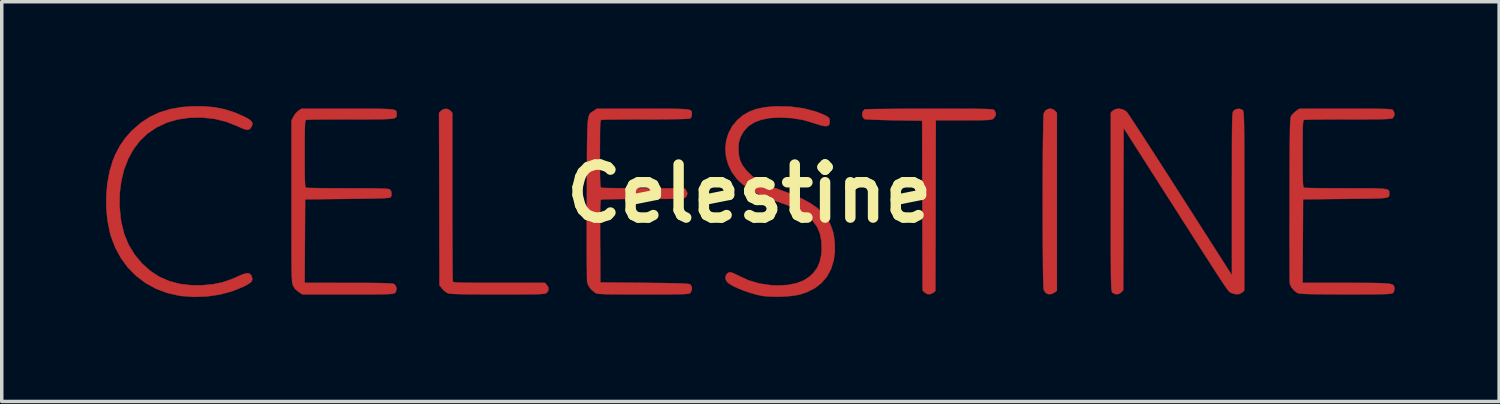
<source format=kicad_pcb>
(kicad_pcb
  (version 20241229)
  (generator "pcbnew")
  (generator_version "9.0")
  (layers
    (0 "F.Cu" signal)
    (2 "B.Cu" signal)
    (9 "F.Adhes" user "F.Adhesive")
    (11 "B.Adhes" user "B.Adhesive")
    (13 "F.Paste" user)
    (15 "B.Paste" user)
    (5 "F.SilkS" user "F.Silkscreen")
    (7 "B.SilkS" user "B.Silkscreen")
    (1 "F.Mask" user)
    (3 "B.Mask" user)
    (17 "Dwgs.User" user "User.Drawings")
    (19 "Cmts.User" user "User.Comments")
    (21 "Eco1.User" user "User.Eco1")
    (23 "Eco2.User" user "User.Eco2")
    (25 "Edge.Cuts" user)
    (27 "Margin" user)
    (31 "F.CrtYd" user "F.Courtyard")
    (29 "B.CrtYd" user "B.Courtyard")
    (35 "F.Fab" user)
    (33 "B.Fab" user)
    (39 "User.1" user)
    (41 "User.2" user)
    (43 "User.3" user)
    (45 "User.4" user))
  (footprint "Celestine"
    (layer "F.Cu")
    (at 18.482 2.513)
    (property "Reference" "Celestine" (at 0 0 0) (layer "F.SilkS") (effects (font (size 1.524 1.524) (thickness 0.3))))
    (attr through_hole)
    (fp_poly (pts (xy 8.756 -2.404) (xy 8.784 -2.38) (xy 8.839 -2.321) (xy 8.839 2.79) (xy 8.772 2.843) (xy 8.685 2.886) (xy 8.595 2.89) (xy 8.529 2.861) (xy 8.488 2.813) (xy 8.459 2.759) (xy 8.455 2.721) (xy 8.45 2.637) (xy 8.447 2.511) (xy 8.443 2.347) (xy 8.44 2.149) (xy 8.438 1.922) (xy 8.436 1.67) (xy 8.434 1.397) (xy 8.433 1.107) (xy 8.432 0.806) (xy 8.432 0.496) (xy 8.431 0.182) (xy 8.432 -0.131) (xy 8.433 -0.439) (xy 8.434 -0.738) (xy 8.435 -1.023) (xy 8.437 -1.291) (xy 8.44 -1.537) (xy 8.443 -1.756) (xy 8.446 -1.945) (xy 8.449 -2.099) (xy 8.453 -2.214) (xy 8.458 -2.286) (xy 8.461 -2.308) (xy 8.511 -2.388) (xy 8.587 -2.432) (xy 8.673 -2.439) (xy 8.756 -2.404)) (stroke (width 0.01) (type solid)) (fill yes) (layer "F.Cu"))
    (fp_poly (pts (xy 5.823 -2.438) (xy 6.081 -2.437) (xy 6.3 -2.437) (xy 6.481 -2.436) (xy 6.629 -2.434) (xy 6.748 -2.432) (xy 6.841 -2.429) (xy 6.911 -2.425) (xy 6.962 -2.42) (xy 6.997 -2.415) (xy 7.02 -2.408) (xy 7.035 -2.401) (xy 7.045 -2.392) (xy 7.083 -2.316) (xy 7.076 -2.236) (xy 7.025 -2.165) (xy 7.02 -2.161) (xy 6.999 -2.146) (xy 6.975 -2.134) (xy 6.942 -2.125) (xy 6.894 -2.119) (xy 6.826 -2.114) (xy 6.731 -2.111) (xy 6.604 -2.109) (xy 6.44 -2.108) (xy 6.233 -2.108) (xy 6.157 -2.108) (xy 5.36 -2.108) (xy 5.354 0.345) (xy 5.347 2.798) (xy 5.287 2.847) (xy 5.201 2.889) (xy 5.112 2.886) (xy 5.035 2.838) (xy 5.034 2.837) (xy 4.979 2.778) (xy 4.972 0.341) (xy 4.966 -2.095) (xy 4.153 -2.108) (xy 3.954 -2.112) (xy 3.77 -2.117) (xy 3.608 -2.122) (xy 3.475 -2.128) (xy 3.376 -2.134) (xy 3.319 -2.139) (xy 3.307 -2.142) (xy 3.259 -2.2) (xy 3.243 -2.278) (xy 3.26 -2.356) (xy 3.31 -2.417) (xy 3.312 -2.419) (xy 3.342 -2.422) (xy 3.418 -2.425) (xy 3.536 -2.428) (xy 3.694 -2.43) (xy 3.885 -2.432) (xy 4.108 -2.434) (xy 4.356 -2.436) (xy 4.626 -2.437) (xy 4.915 -2.438) (xy 5.171 -2.438) (xy 5.521 -2.438) (xy 5.823 -2.438)) (stroke (width 0.01) (type solid)) (fill yes) (layer "F.Cu"))
    (fp_poly (pts (xy -8.612 -2.4) (xy -8.59 -2.38) (xy -8.534 -2.321) (xy -8.534 0.082) (xy -8.534 0.428) (xy -8.534 0.759) (xy -8.533 1.073) (xy -8.532 1.366) (xy -8.531 1.634) (xy -8.529 1.874) (xy -8.528 2.081) (xy -8.526 2.254) (xy -8.524 2.387) (xy -8.522 2.477) (xy -8.52 2.522) (xy -8.519 2.525) (xy -8.511 2.534) (xy -8.494 2.542) (xy -8.462 2.548) (xy -8.411 2.553) (xy -8.338 2.557) (xy -8.239 2.56) (xy -8.109 2.562) (xy -7.945 2.564) (xy -7.742 2.565) (xy -7.497 2.565) (xy -7.205 2.565) (xy -7.19 2.565) (xy -5.876 2.565) (xy -5.821 2.624) (xy -5.773 2.703) (xy -5.775 2.782) (xy -5.817 2.845) (xy -5.829 2.856) (xy -5.845 2.865) (xy -5.869 2.873) (xy -5.904 2.879) (xy -5.956 2.884) (xy -6.028 2.888) (xy -6.124 2.891) (xy -6.248 2.893) (xy -6.406 2.894) (xy -6.6 2.895) (xy -6.834 2.895) (xy -7.114 2.895) (xy -7.233 2.895) (xy -7.535 2.895) (xy -7.79 2.894) (xy -8.003 2.893) (xy -8.177 2.892) (xy -8.318 2.889) (xy -8.428 2.886) (xy -8.513 2.882) (xy -8.577 2.877) (xy -8.623 2.871) (xy -8.656 2.863) (xy -8.68 2.854) (xy -8.682 2.853) (xy -8.753 2.805) (xy -8.822 2.738) (xy -8.835 2.722) (xy -8.903 2.633) (xy -8.909 0.156) (xy -8.916 -2.32) (xy -8.861 -2.379) (xy -8.783 -2.429) (xy -8.695 -2.436) (xy -8.612 -2.4)) (stroke (width 0.01) (type solid)) (fill yes) (layer "F.Cu"))
    (fp_poly (pts (xy -15.668 -2.507) (xy -15.355 -2.479) (xy -15.063 -2.419) (xy -14.779 -2.327) (xy -14.536 -2.221) (xy -14.41 -2.156) (xy -14.329 -2.1) (xy -14.286 -2.048) (xy -14.278 -1.994) (xy -14.299 -1.932) (xy -14.302 -1.926) (xy -14.339 -1.869) (xy -14.381 -1.838) (xy -14.437 -1.833) (xy -14.516 -1.853) (xy -14.626 -1.899) (xy -14.689 -1.929) (xy -15.024 -2.063) (xy -15.373 -2.149) (xy -15.738 -2.187) (xy -16.098 -2.179) (xy -16.431 -2.13) (xy -16.743 -2.037) (xy -17.03 -1.902) (xy -17.29 -1.728) (xy -17.299 -1.72) (xy -17.514 -1.514) (xy -17.698 -1.271) (xy -17.849 -0.996) (xy -17.965 -0.693) (xy -18.046 -0.367) (xy -18.091 -0.022) (xy -18.097 0.338) (xy -18.064 0.708) (xy -18.044 0.833) (xy -17.961 1.166) (xy -17.835 1.472) (xy -17.664 1.752) (xy -17.45 2.009) (xy -17.437 2.022) (xy -17.202 2.229) (xy -16.946 2.394) (xy -16.668 2.515) (xy -16.366 2.595) (xy -16.036 2.634) (xy -15.71 2.634) (xy -15.411 2.606) (xy -15.139 2.549) (xy -14.876 2.459) (xy -14.735 2.398) (xy -14.589 2.333) (xy -14.479 2.297) (xy -14.4 2.289) (xy -14.345 2.309) (xy -14.308 2.358) (xy -14.287 2.421) (xy -14.282 2.476) (xy -14.303 2.525) (xy -14.357 2.574) (xy -14.448 2.629) (xy -14.537 2.675) (xy -14.863 2.807) (xy -15.215 2.901) (xy -15.583 2.955) (xy -15.957 2.969) (xy -16.328 2.941) (xy -16.387 2.933) (xy -16.732 2.854) (xy -17.054 2.732) (xy -17.351 2.568) (xy -17.618 2.366) (xy -17.855 2.127) (xy -18.056 1.855) (xy -18.221 1.551) (xy -18.346 1.22) (xy -18.377 1.106) (xy -18.444 0.767) (xy -18.477 0.413) (xy -18.477 0.054) (xy -18.446 -0.299) (xy -18.383 -0.637) (xy -18.29 -0.949) (xy -18.214 -1.132) (xy -18.082 -1.381) (xy -17.933 -1.597) (xy -17.754 -1.798) (xy -17.737 -1.815) (xy -17.491 -2.029) (xy -17.229 -2.202) (xy -16.947 -2.334) (xy -16.639 -2.428) (xy -16.3 -2.486) (xy -16.012 -2.508) (xy -15.668 -2.507)) (stroke (width 0.01) (type solid)) (fill yes) (layer "F.Cu"))
    (fp_poly (pts (xy 10.734 -2.417) (xy 10.825 -2.365) (xy 10.846 -2.347) (xy 10.869 -2.316) (xy 10.917 -2.245) (xy 10.989 -2.137) (xy 11.083 -1.994) (xy 11.197 -1.821) (xy 11.328 -1.619) (xy 11.476 -1.391) (xy 11.637 -1.141) (xy 11.811 -0.871) (xy 11.996 -0.584) (xy 12.189 -0.282) (xy 12.389 0.03) (xy 12.393 0.036) (xy 13.868 2.345) (xy 13.868 0.009) (xy 13.868 -0.388) (xy 13.869 -0.738) (xy 13.869 -1.042) (xy 13.869 -1.306) (xy 13.87 -1.531) (xy 13.871 -1.721) (xy 13.873 -1.879) (xy 13.875 -2.009) (xy 13.877 -2.112) (xy 13.88 -2.193) (xy 13.884 -2.254) (xy 13.889 -2.299) (xy 13.894 -2.331) (xy 13.9 -2.353) (xy 13.908 -2.367) (xy 13.916 -2.378) (xy 13.92 -2.383) (xy 13.989 -2.426) (xy 14.073 -2.438) (xy 14.151 -2.417) (xy 14.182 -2.392) (xy 14.189 -2.381) (xy 14.195 -2.364) (xy 14.2 -2.336) (xy 14.205 -2.295) (xy 14.209 -2.238) (xy 14.212 -2.163) (xy 14.215 -2.066) (xy 14.218 -1.943) (xy 14.219 -1.794) (xy 14.221 -1.613) (xy 14.222 -1.399) (xy 14.223 -1.149) (xy 14.223 -0.859) (xy 14.224 -0.527) (xy 14.224 -0.15) (xy 14.224 0.22) (xy 14.224 2.785) (xy 14.165 2.84) (xy 14.081 2.886) (xy 13.975 2.892) (xy 13.858 2.857) (xy 13.853 2.854) (xy 13.839 2.848) (xy 13.826 2.843) (xy 13.814 2.837) (xy 13.8 2.826) (xy 13.784 2.81) (xy 13.763 2.786) (xy 13.736 2.751) (xy 13.702 2.703) (xy 13.658 2.641) (xy 13.605 2.561) (xy 13.539 2.462) (xy 13.46 2.341) (xy 13.366 2.195) (xy 13.255 2.024) (xy 13.127 1.823) (xy 12.978 1.592) (xy 12.809 1.328) (xy 12.618 1.028) (xy 12.402 0.691) (xy 12.161 0.313) (xy 12.101 0.22) (xy 10.757 -1.884) (xy 10.744 2.778) (xy 10.689 2.837) (xy 10.613 2.885) (xy 10.528 2.891) (xy 10.45 2.855) (xy 10.439 2.845) (xy 10.431 2.836) (xy 10.424 2.824) (xy 10.417 2.807) (xy 10.412 2.781) (xy 10.407 2.743) (xy 10.403 2.691) (xy 10.399 2.621) (xy 10.397 2.531) (xy 10.394 2.417) (xy 10.392 2.276) (xy 10.391 2.107) (xy 10.39 1.904) (xy 10.389 1.667) (xy 10.389 1.391) (xy 10.389 1.073) (xy 10.389 0.711) (xy 10.389 0.302) (xy 10.389 -2.328) (xy 10.451 -2.387) (xy 10.53 -2.429) (xy 10.63 -2.439) (xy 10.734 -2.417)) (stroke (width 0.01) (type solid)) (fill yes) (layer "F.Cu"))
    (fp_poly (pts (xy 1.171 -2.501) (xy 1.55 -2.451) (xy 1.905 -2.358) (xy 2.127 -2.272) (xy 2.22 -2.227) (xy 2.276 -2.189) (xy 2.302 -2.145) (xy 2.311 -2.086) (xy 2.311 -2.067) (xy 2.303 -1.999) (xy 2.275 -1.956) (xy 2.223 -1.938) (xy 2.14 -1.943) (xy 2.022 -1.971) (xy 1.865 -2.022) (xy 1.845 -2.029) (xy 1.547 -2.116) (xy 1.239 -2.168) (xy 0.907 -2.186) (xy 0.876 -2.186) (xy 0.592 -2.171) (xy 0.348 -2.124) (xy 0.142 -2.046) (xy -0.027 -1.936) (xy -0.158 -1.794) (xy -0.24 -1.65) (xy -0.278 -1.554) (xy -0.3 -1.467) (xy -0.309 -1.365) (xy -0.31 -1.287) (xy -0.299 -1.103) (xy -0.263 -0.949) (xy -0.195 -0.811) (xy -0.091 -0.675) (xy -0.015 -0.596) (xy 0.09 -0.499) (xy 0.199 -0.415) (xy 0.321 -0.34) (xy 0.464 -0.268) (xy 0.637 -0.196) (xy 0.849 -0.119) (xy 0.904 -0.099) (xy 1.235 0.023) (xy 1.517 0.147) (xy 1.756 0.277) (xy 1.954 0.414) (xy 2.114 0.561) (xy 2.24 0.722) (xy 2.336 0.899) (xy 2.404 1.095) (xy 2.426 1.185) (xy 2.457 1.421) (xy 2.458 1.671) (xy 2.427 1.91) (xy 2.425 1.918) (xy 2.35 2.164) (xy 2.234 2.38) (xy 2.079 2.564) (xy 1.887 2.715) (xy 1.656 2.832) (xy 1.456 2.899) (xy 1.307 2.928) (xy 1.124 2.949) (xy 0.923 2.961) (xy 0.719 2.963) (xy 0.527 2.956) (xy 0.365 2.938) (xy 0.351 2.935) (xy 0.194 2.901) (xy 0.027 2.853) (xy -0.142 2.796) (xy -0.302 2.732) (xy -0.443 2.667) (xy -0.556 2.604) (xy -0.631 2.547) (xy -0.641 2.536) (xy -0.68 2.46) (xy -0.683 2.381) (xy -0.653 2.313) (xy -0.595 2.269) (xy -0.547 2.261) (xy -0.495 2.273) (xy -0.417 2.305) (xy -0.337 2.346) (xy -0.032 2.489) (xy 0.291 2.585) (xy 0.634 2.634) (xy 0.831 2.641) (xy 1.113 2.625) (xy 1.358 2.575) (xy 1.568 2.492) (xy 1.745 2.374) (xy 1.842 2.28) (xy 1.951 2.13) (xy 2.025 1.959) (xy 2.067 1.758) (xy 2.077 1.644) (xy 2.074 1.386) (xy 2.033 1.16) (xy 1.952 0.963) (xy 1.829 0.789) (xy 1.664 0.635) (xy 1.576 0.572) (xy 1.49 0.517) (xy 1.407 0.469) (xy 1.32 0.425) (xy 1.218 0.381) (xy 1.093 0.332) (xy 0.935 0.275) (xy 0.787 0.223) (xy 0.491 0.113) (xy 0.239 0.002) (xy 0.027 -0.113) (xy -0.151 -0.235) (xy -0.302 -0.367) (xy -0.359 -0.426) (xy -0.505 -0.623) (xy -0.608 -0.837) (xy -0.669 -1.062) (xy -0.688 -1.291) (xy -0.665 -1.517) (xy -0.599 -1.735) (xy -0.491 -1.937) (xy -0.341 -2.117) (xy -0.182 -2.25) (xy -0.006 -2.353) (xy 0.193 -2.428) (xy 0.424 -2.478) (xy 0.692 -2.505) (xy 0.769 -2.508) (xy 1.171 -2.501)) (stroke (width 0.01) (type solid)) (fill yes) (layer "F.Cu"))
    (fp_poly (pts (xy -10.983 -2.438) (xy -10.77 -2.437) (xy -10.596 -2.435) (xy -10.457 -2.432) (xy -10.349 -2.426) (xy -10.268 -2.419) (xy -10.211 -2.408) (xy -10.172 -2.394) (xy -10.15 -2.377) (xy -10.138 -2.355) (xy -10.135 -2.329) (xy -10.135 -2.298) (xy -10.135 -2.286) (xy -10.135 -2.252) (xy -10.137 -2.224) (xy -10.146 -2.2) (xy -10.166 -2.181) (xy -10.2 -2.166) (xy -10.253 -2.155) (xy -10.329 -2.146) (xy -10.432 -2.141) (xy -10.566 -2.137) (xy -10.735 -2.135) (xy -10.943 -2.134) (xy -11.194 -2.134) (xy -11.455 -2.134) (xy -11.702 -2.133) (xy -11.935 -2.132) (xy -12.148 -2.131) (xy -12.335 -2.129) (xy -12.493 -2.127) (xy -12.616 -2.124) (xy -12.698 -2.122) (xy -12.735 -2.118) (xy -12.736 -2.118) (xy -12.746 -2.11) (xy -12.755 -2.09) (xy -12.762 -2.054) (xy -12.767 -1.998) (xy -12.771 -1.916) (xy -12.773 -1.803) (xy -12.775 -1.656) (xy -12.776 -1.47) (xy -12.776 -1.238) (xy -12.776 -1.143) (xy -12.776 -0.895) (xy -12.775 -0.692) (xy -12.774 -0.531) (xy -12.772 -0.407) (xy -12.768 -0.315) (xy -12.764 -0.25) (xy -12.757 -0.207) (xy -12.75 -0.182) (xy -12.74 -0.17) (xy -12.736 -0.168) (xy -12.703 -0.165) (xy -12.625 -0.162) (xy -12.506 -0.159) (xy -12.352 -0.157) (xy -12.168 -0.155) (xy -11.96 -0.153) (xy -11.733 -0.153) (xy -11.534 -0.152) (xy -11.251 -0.152) (xy -11.014 -0.151) (xy -10.82 -0.15) (xy -10.665 -0.147) (xy -10.544 -0.144) (xy -10.454 -0.14) (xy -10.391 -0.134) (xy -10.35 -0.127) (xy -10.328 -0.119) (xy -10.326 -0.118) (xy -10.291 -0.066) (xy -10.279 0.008) (xy -10.29 0.079) (xy -10.309 0.109) (xy -10.331 0.117) (xy -10.381 0.123) (xy -10.462 0.13) (xy -10.578 0.135) (xy -10.732 0.14) (xy -10.926 0.144) (xy -11.163 0.148) (xy -11.448 0.151) (xy -11.552 0.152) (xy -12.764 0.165) (xy -12.777 2.565) (xy -11.525 2.566) (xy -11.222 2.566) (xy -10.965 2.567) (xy -10.752 2.569) (xy -10.58 2.572) (xy -10.445 2.575) (xy -10.344 2.58) (xy -10.273 2.586) (xy -10.228 2.592) (xy -10.211 2.598) (xy -10.159 2.649) (xy -10.137 2.724) (xy -10.148 2.802) (xy -10.175 2.847) (xy -10.186 2.858) (xy -10.203 2.867) (xy -10.228 2.874) (xy -10.267 2.881) (xy -10.323 2.885) (xy -10.4 2.889) (xy -10.504 2.892) (xy -10.637 2.893) (xy -10.805 2.895) (xy -11.012 2.895) (xy -11.261 2.895) (xy -11.529 2.895) (xy -12.84 2.895) (xy -12.945 2.832) (xy -13.053 2.739) (xy -13.104 2.659) (xy -13.113 2.639) (xy -13.121 2.619) (xy -13.128 2.594) (xy -13.134 2.561) (xy -13.139 2.517) (xy -13.143 2.459) (xy -13.147 2.384) (xy -13.15 2.289) (xy -13.152 2.169) (xy -13.154 2.023) (xy -13.155 1.846) (xy -13.156 1.636) (xy -13.157 1.39) (xy -13.157 1.104) (xy -13.157 0.774) (xy -13.157 0.399) (xy -13.157 0.226) (xy -13.157 -2.097) (xy -13.1 -2.211) (xy -13.047 -2.292) (xy -12.981 -2.362) (xy -12.957 -2.381) (xy -12.87 -2.438) (xy -11.542 -2.438) (xy -11.239 -2.438) (xy -10.983 -2.438)) (stroke (width 0.01) (type solid)) (fill yes) (layer "F.Cu"))
    (fp_poly (pts (xy 17.426 -2.438) (xy 17.674 -2.438) (xy 17.878 -2.437) (xy 18.045 -2.436) (xy 18.178 -2.434) (xy 18.28 -2.431) (xy 18.357 -2.428) (xy 18.413 -2.423) (xy 18.451 -2.417) (xy 18.475 -2.409) (xy 18.491 -2.4) (xy 18.5 -2.392) (xy 18.536 -2.32) (xy 18.534 -2.24) (xy 18.496 -2.176) (xy 18.481 -2.166) (xy 18.458 -2.158) (xy 18.422 -2.151) (xy 18.368 -2.146) (xy 18.294 -2.142) (xy 18.193 -2.139) (xy 18.062 -2.136) (xy 17.897 -2.135) (xy 17.692 -2.134) (xy 17.445 -2.134) (xy 17.215 -2.134) (xy 16.968 -2.133) (xy 16.736 -2.132) (xy 16.524 -2.131) (xy 16.338 -2.129) (xy 16.181 -2.127) (xy 16.059 -2.124) (xy 15.977 -2.121) (xy 15.941 -2.118) (xy 15.941 -2.118) (xy 15.93 -2.11) (xy 15.922 -2.09) (xy 15.915 -2.054) (xy 15.91 -1.998) (xy 15.906 -1.916) (xy 15.903 -1.803) (xy 15.902 -1.656) (xy 15.901 -1.47) (xy 15.9 -1.238) (xy 15.9 -1.143) (xy 15.901 -0.895) (xy 15.901 -0.692) (xy 15.903 -0.531) (xy 15.905 -0.407) (xy 15.908 -0.315) (xy 15.913 -0.25) (xy 15.919 -0.207) (xy 15.927 -0.182) (xy 15.937 -0.17) (xy 15.941 -0.168) (xy 15.974 -0.165) (xy 16.052 -0.162) (xy 16.171 -0.159) (xy 16.325 -0.157) (xy 16.508 -0.155) (xy 16.717 -0.153) (xy 16.944 -0.153) (xy 17.145 -0.152) (xy 17.429 -0.152) (xy 17.665 -0.152) (xy 17.86 -0.151) (xy 18.016 -0.148) (xy 18.138 -0.144) (xy 18.23 -0.137) (xy 18.296 -0.127) (xy 18.341 -0.114) (xy 18.369 -0.098) (xy 18.383 -0.076) (xy 18.389 -0.05) (xy 18.389 -0.019) (xy 18.389 -0.005) (xy 18.389 0.028) (xy 18.388 0.055) (xy 18.38 0.078) (xy 18.362 0.096) (xy 18.33 0.11) (xy 18.279 0.122) (xy 18.205 0.13) (xy 18.105 0.136) (xy 17.974 0.141) (xy 17.807 0.145) (xy 17.601 0.147) (xy 17.352 0.15) (xy 17.127 0.152) (xy 15.913 0.165) (xy 15.9 2.565) (xy 17.13 2.565) (xy 17.427 2.566) (xy 17.678 2.566) (xy 17.886 2.568) (xy 18.055 2.571) (xy 18.191 2.575) (xy 18.296 2.581) (xy 18.376 2.589) (xy 18.433 2.599) (xy 18.474 2.611) (xy 18.5 2.626) (xy 18.518 2.643) (xy 18.522 2.65) (xy 18.541 2.719) (xy 18.53 2.798) (xy 18.496 2.854) (xy 18.481 2.863) (xy 18.459 2.871) (xy 18.424 2.877) (xy 18.372 2.883) (xy 18.299 2.887) (xy 18.201 2.89) (xy 18.073 2.892) (xy 17.912 2.894) (xy 17.714 2.894) (xy 17.473 2.895) (xy 17.187 2.895) (xy 17.143 2.895) (xy 16.836 2.894) (xy 16.577 2.893) (xy 16.361 2.891) (xy 16.184 2.889) (xy 16.044 2.886) (xy 15.936 2.882) (xy 15.856 2.876) (xy 15.801 2.87) (xy 15.766 2.862) (xy 15.759 2.86) (xy 15.668 2.799) (xy 15.59 2.711) (xy 15.54 2.613) (xy 15.532 2.584) (xy 15.53 2.547) (xy 15.528 2.463) (xy 15.527 2.335) (xy 15.525 2.168) (xy 15.524 1.965) (xy 15.524 1.73) (xy 15.523 1.466) (xy 15.523 1.177) (xy 15.523 0.868) (xy 15.524 0.54) (xy 15.525 0.199) (xy 15.525 0.161) (xy 15.526 -0.237) (xy 15.527 -0.587) (xy 15.528 -0.892) (xy 15.53 -1.156) (xy 15.531 -1.382) (xy 15.533 -1.573) (xy 15.535 -1.732) (xy 15.537 -1.862) (xy 15.54 -1.966) (xy 15.543 -2.048) (xy 15.548 -2.111) (xy 15.552 -2.158) (xy 15.558 -2.191) (xy 15.564 -2.215) (xy 15.572 -2.232) (xy 15.58 -2.245) (xy 15.585 -2.252) (xy 15.644 -2.316) (xy 15.716 -2.377) (xy 15.722 -2.381) (xy 15.806 -2.438) (xy 17.132 -2.438) (xy 17.426 -2.438)) (stroke (width 0.01) (type solid)) (fill yes) (layer "F.Cu"))
    (fp_poly (pts (xy -2.498 -2.438) (xy -2.285 -2.437) (xy -2.111 -2.435) (xy -1.972 -2.432) (xy -1.864 -2.426) (xy -1.783 -2.418) (xy -1.726 -2.407) (xy -1.688 -2.392) (xy -1.665 -2.374) (xy -1.654 -2.351) (xy -1.651 -2.323) (xy -1.651 -2.29) (xy -1.651 -2.272) (xy -1.665 -2.196) (xy -1.7 -2.16) (xy -1.739 -2.153) (xy -1.828 -2.147) (xy -1.965 -2.142) (xy -2.149 -2.139) (xy -2.38 -2.136) (xy -2.656 -2.134) (xy -2.976 -2.134) (xy -2.981 -2.134) (xy -3.227 -2.133) (xy -3.459 -2.132) (xy -3.67 -2.131) (xy -3.857 -2.129) (xy -4.014 -2.127) (xy -4.135 -2.124) (xy -4.216 -2.121) (xy -4.252 -2.118) (xy -4.252 -2.118) (xy -4.263 -2.11) (xy -4.271 -2.09) (xy -4.278 -2.054) (xy -4.283 -1.998) (xy -4.287 -1.916) (xy -4.29 -1.803) (xy -4.291 -1.656) (xy -4.292 -1.47) (xy -4.293 -1.238) (xy -4.293 -1.143) (xy -4.292 -0.895) (xy -4.292 -0.692) (xy -4.29 -0.531) (xy -4.288 -0.407) (xy -4.285 -0.315) (xy -4.28 -0.25) (xy -4.274 -0.207) (xy -4.266 -0.182) (xy -4.256 -0.17) (xy -4.252 -0.168) (xy -4.219 -0.165) (xy -4.141 -0.162) (xy -4.022 -0.159) (xy -3.868 -0.157) (xy -3.684 -0.155) (xy -3.476 -0.154) (xy -3.248 -0.153) (xy -3.035 -0.152) (xy -1.857 -0.152) (xy -1.818 -0.096) (xy -1.781 -0.015) (xy -1.795 0.057) (xy -1.829 0.102) (xy -1.842 0.113) (xy -1.859 0.123) (xy -1.885 0.131) (xy -1.924 0.138) (xy -1.979 0.143) (xy -2.057 0.146) (xy -2.161 0.149) (xy -2.296 0.151) (xy -2.467 0.152) (xy -2.677 0.153) (xy -2.932 0.153) (xy -3.054 0.153) (xy -3.295 0.153) (xy -3.52 0.155) (xy -3.724 0.157) (xy -3.904 0.159) (xy -4.052 0.162) (xy -4.165 0.166) (xy -4.236 0.17) (xy -4.261 0.173) (xy -4.269 0.189) (xy -4.275 0.226) (xy -4.28 0.288) (xy -4.284 0.38) (xy -4.286 0.505) (xy -4.288 0.667) (xy -4.288 0.868) (xy -4.288 1.114) (xy -4.287 1.373) (xy -4.28 2.553) (xy -3.004 2.565) (xy -2.715 2.568) (xy -2.471 2.571) (xy -2.271 2.574) (xy -2.108 2.577) (xy -1.979 2.581) (xy -1.881 2.585) (xy -1.807 2.59) (xy -1.755 2.596) (xy -1.721 2.603) (xy -1.699 2.611) (xy -1.687 2.62) (xy -1.651 2.689) (xy -1.651 2.771) (xy -1.689 2.845) (xy -1.69 2.846) (xy -1.701 2.857) (xy -1.717 2.866) (xy -1.741 2.874) (xy -1.778 2.88) (xy -1.831 2.885) (xy -1.905 2.889) (xy -2.005 2.891) (xy -2.134 2.893) (xy -2.296 2.895) (xy -2.497 2.895) (xy -2.74 2.895) (xy -3.029 2.896) (xy -3.046 2.896) (xy -3.338 2.895) (xy -3.584 2.895) (xy -3.788 2.894) (xy -3.954 2.893) (xy -4.087 2.891) (xy -4.191 2.888) (xy -4.269 2.884) (xy -4.327 2.879) (xy -4.369 2.873) (xy -4.399 2.865) (xy -4.421 2.855) (xy -4.433 2.848) (xy -4.546 2.756) (xy -4.625 2.643) (xy -4.661 2.534) (xy -4.663 2.493) (xy -4.665 2.405) (xy -4.666 2.273) (xy -4.668 2.103) (xy -4.669 1.897) (xy -4.67 1.659) (xy -4.67 1.393) (xy -4.67 1.104) (xy -4.67 0.793) (xy -4.669 0.467) (xy -4.668 0.14) (xy -4.667 -0.262) (xy -4.666 -0.617) (xy -4.665 -0.927) (xy -4.664 -1.195) (xy -4.662 -1.425) (xy -4.659 -1.621) (xy -4.655 -1.784) (xy -4.65 -1.919) (xy -4.643 -2.028) (xy -4.635 -2.114) (xy -4.624 -2.181) (xy -4.612 -2.232) (xy -4.597 -2.27) (xy -4.579 -2.298) (xy -4.558 -2.32) (xy -4.534 -2.337) (xy -4.507 -2.355) (xy -4.477 -2.374) (xy -4.382 -2.438) (xy -3.057 -2.438) (xy -2.754 -2.438) (xy -2.498 -2.438)) (stroke (width 0.01) (type solid)) (fill yes) (layer "F.Cu"))
    (fp_poly (pts (xy 8.756 -2.404) (xy 8.784 -2.38) (xy 8.839 -2.321) (xy 8.839 2.79) (xy 8.772 2.843) (xy 8.685 2.886) (xy 8.595 2.89) (xy 8.529 2.861) (xy 8.488 2.813) (xy 8.459 2.759) (xy 8.455 2.721) (xy 8.45 2.637) (xy 8.447 2.511) (xy 8.443 2.347) (xy 8.44 2.149) (xy 8.438 1.922) (xy 8.436 1.67) (xy 8.434 1.397) (xy 8.433 1.107) (xy 8.432 0.806) (xy 8.432 0.496) (xy 8.431 0.182) (xy 8.432 -0.131) (xy 8.433 -0.439) (xy 8.434 -0.738) (xy 8.435 -1.023) (xy 8.437 -1.291) (xy 8.44 -1.537) (xy 8.443 -1.756) (xy 8.446 -1.945) (xy 8.449 -2.099) (xy 8.453 -2.214) (xy 8.458 -2.286) (xy 8.461 -2.308) (xy 8.511 -2.388) (xy 8.587 -2.432) (xy 8.673 -2.439) (xy 8.756 -2.404)) (stroke (width 0.01) (type solid)) (fill yes) (layer "F.Mask"))
    (fp_poly (pts (xy 5.823 -2.438) (xy 6.081 -2.437) (xy 6.3 -2.437) (xy 6.481 -2.436) (xy 6.629 -2.434) (xy 6.748 -2.432) (xy 6.841 -2.429) (xy 6.911 -2.425) (xy 6.962 -2.42) (xy 6.997 -2.415) (xy 7.02 -2.408) (xy 7.035 -2.401) (xy 7.045 -2.392) (xy 7.083 -2.316) (xy 7.076 -2.236) (xy 7.025 -2.165) (xy 7.02 -2.161) (xy 6.999 -2.146) (xy 6.975 -2.134) (xy 6.942 -2.125) (xy 6.894 -2.119) (xy 6.826 -2.114) (xy 6.731 -2.111) (xy 6.604 -2.109) (xy 6.44 -2.108) (xy 6.233 -2.108) (xy 6.157 -2.108) (xy 5.36 -2.108) (xy 5.354 0.345) (xy 5.347 2.798) (xy 5.287 2.847) (xy 5.201 2.889) (xy 5.112 2.886) (xy 5.035 2.838) (xy 5.034 2.837) (xy 4.979 2.778) (xy 4.972 0.341) (xy 4.966 -2.095) (xy 4.153 -2.108) (xy 3.954 -2.112) (xy 3.77 -2.117) (xy 3.608 -2.122) (xy 3.475 -2.128) (xy 3.376 -2.134) (xy 3.319 -2.139) (xy 3.307 -2.142) (xy 3.259 -2.2) (xy 3.243 -2.278) (xy 3.26 -2.356) (xy 3.31 -2.417) (xy 3.312 -2.419) (xy 3.342 -2.422) (xy 3.418 -2.425) (xy 3.536 -2.428) (xy 3.694 -2.43) (xy 3.885 -2.432) (xy 4.108 -2.434) (xy 4.356 -2.436) (xy 4.626 -2.437) (xy 4.915 -2.438) (xy 5.171 -2.438) (xy 5.521 -2.438) (xy 5.823 -2.438)) (stroke (width 0.01) (type solid)) (fill yes) (layer "F.Mask"))
    (fp_poly (pts (xy -8.612 -2.4) (xy -8.59 -2.38) (xy -8.534 -2.321) (xy -8.534 0.082) (xy -8.534 0.428) (xy -8.534 0.759) (xy -8.533 1.073) (xy -8.532 1.366) (xy -8.531 1.634) (xy -8.529 1.874) (xy -8.528 2.081) (xy -8.526 2.254) (xy -8.524 2.387) (xy -8.522 2.477) (xy -8.52 2.522) (xy -8.519 2.525) (xy -8.511 2.534) (xy -8.494 2.542) (xy -8.462 2.548) (xy -8.411 2.553) (xy -8.338 2.557) (xy -8.239 2.56) (xy -8.109 2.562) (xy -7.945 2.564) (xy -7.742 2.565) (xy -7.497 2.565) (xy -7.205 2.565) (xy -7.19 2.565) (xy -5.876 2.565) (xy -5.821 2.624) (xy -5.773 2.703) (xy -5.775 2.782) (xy -5.817 2.845) (xy -5.829 2.856) (xy -5.845 2.865) (xy -5.869 2.873) (xy -5.904 2.879) (xy -5.956 2.884) (xy -6.028 2.888) (xy -6.124 2.891) (xy -6.248 2.893) (xy -6.406 2.894) (xy -6.6 2.895) (xy -6.834 2.895) (xy -7.114 2.895) (xy -7.233 2.895) (xy -7.535 2.895) (xy -7.79 2.894) (xy -8.003 2.893) (xy -8.177 2.892) (xy -8.318 2.889) (xy -8.428 2.886) (xy -8.513 2.882) (xy -8.577 2.877) (xy -8.623 2.871) (xy -8.656 2.863) (xy -8.68 2.854) (xy -8.682 2.853) (xy -8.753 2.805) (xy -8.822 2.738) (xy -8.835 2.722) (xy -8.903 2.633) (xy -8.909 0.156) (xy -8.916 -2.32) (xy -8.861 -2.379) (xy -8.783 -2.429) (xy -8.695 -2.436) (xy -8.612 -2.4)) (stroke (width 0.01) (type solid)) (fill yes) (layer "F.Mask"))
    (fp_poly (pts (xy -15.668 -2.507) (xy -15.355 -2.479) (xy -15.063 -2.419) (xy -14.779 -2.327) (xy -14.536 -2.221) (xy -14.41 -2.156) (xy -14.329 -2.1) (xy -14.286 -2.048) (xy -14.278 -1.994) (xy -14.299 -1.932) (xy -14.302 -1.926) (xy -14.339 -1.869) (xy -14.381 -1.838) (xy -14.437 -1.833) (xy -14.516 -1.853) (xy -14.626 -1.899) (xy -14.689 -1.929) (xy -15.024 -2.063) (xy -15.373 -2.149) (xy -15.738 -2.187) (xy -16.098 -2.179) (xy -16.431 -2.13) (xy -16.743 -2.037) (xy -17.03 -1.902) (xy -17.29 -1.728) (xy -17.299 -1.72) (xy -17.514 -1.514) (xy -17.698 -1.271) (xy -17.849 -0.996) (xy -17.965 -0.693) (xy -18.046 -0.367) (xy -18.091 -0.022) (xy -18.097 0.338) (xy -18.064 0.708) (xy -18.044 0.833) (xy -17.961 1.166) (xy -17.835 1.472) (xy -17.664 1.752) (xy -17.45 2.009) (xy -17.437 2.022) (xy -17.202 2.229) (xy -16.946 2.394) (xy -16.668 2.515) (xy -16.366 2.595) (xy -16.036 2.634) (xy -15.71 2.634) (xy -15.411 2.606) (xy -15.139 2.549) (xy -14.876 2.459) (xy -14.735 2.398) (xy -14.589 2.333) (xy -14.479 2.297) (xy -14.4 2.289) (xy -14.345 2.309) (xy -14.308 2.358) (xy -14.287 2.421) (xy -14.282 2.476) (xy -14.303 2.525) (xy -14.357 2.574) (xy -14.448 2.629) (xy -14.537 2.675) (xy -14.863 2.807) (xy -15.215 2.901) (xy -15.583 2.955) (xy -15.957 2.969) (xy -16.328 2.941) (xy -16.387 2.933) (xy -16.732 2.854) (xy -17.054 2.732) (xy -17.351 2.568) (xy -17.618 2.366) (xy -17.855 2.127) (xy -18.056 1.855) (xy -18.221 1.551) (xy -18.346 1.22) (xy -18.377 1.106) (xy -18.444 0.767) (xy -18.477 0.413) (xy -18.477 0.054) (xy -18.446 -0.299) (xy -18.383 -0.637) (xy -18.29 -0.949) (xy -18.214 -1.132) (xy -18.082 -1.381) (xy -17.933 -1.597) (xy -17.754 -1.798) (xy -17.737 -1.815) (xy -17.491 -2.029) (xy -17.229 -2.202) (xy -16.947 -2.334) (xy -16.639 -2.428) (xy -16.3 -2.486) (xy -16.012 -2.508) (xy -15.668 -2.507)) (stroke (width 0.01) (type solid)) (fill yes) (layer "F.Mask"))
    (fp_poly (pts (xy 10.734 -2.417) (xy 10.825 -2.365) (xy 10.846 -2.347) (xy 10.869 -2.316) (xy 10.917 -2.245) (xy 10.989 -2.137) (xy 11.083 -1.994) (xy 11.197 -1.821) (xy 11.328 -1.619) (xy 11.476 -1.391) (xy 11.637 -1.141) (xy 11.811 -0.871) (xy 11.996 -0.584) (xy 12.189 -0.282) (xy 12.389 0.03) (xy 12.393 0.036) (xy 13.868 2.345) (xy 13.868 0.009) (xy 13.868 -0.388) (xy 13.869 -0.738) (xy 13.869 -1.042) (xy 13.869 -1.306) (xy 13.87 -1.531) (xy 13.871 -1.721) (xy 13.873 -1.879) (xy 13.875 -2.009) (xy 13.877 -2.112) (xy 13.88 -2.193) (xy 13.884 -2.254) (xy 13.889 -2.299) (xy 13.894 -2.331) (xy 13.9 -2.353) (xy 13.908 -2.367) (xy 13.916 -2.378) (xy 13.92 -2.383) (xy 13.989 -2.426) (xy 14.073 -2.438) (xy 14.151 -2.417) (xy 14.182 -2.392) (xy 14.189 -2.381) (xy 14.195 -2.364) (xy 14.2 -2.336) (xy 14.205 -2.295) (xy 14.209 -2.238) (xy 14.212 -2.163) (xy 14.215 -2.066) (xy 14.218 -1.943) (xy 14.219 -1.794) (xy 14.221 -1.613) (xy 14.222 -1.399) (xy 14.223 -1.149) (xy 14.223 -0.859) (xy 14.224 -0.527) (xy 14.224 -0.15) (xy 14.224 0.22) (xy 14.224 2.785) (xy 14.165 2.84) (xy 14.081 2.886) (xy 13.975 2.892) (xy 13.858 2.857) (xy 13.853 2.854) (xy 13.839 2.848) (xy 13.826 2.843) (xy 13.814 2.837) (xy 13.8 2.826) (xy 13.784 2.81) (xy 13.763 2.786) (xy 13.736 2.751) (xy 13.702 2.703) (xy 13.658 2.641) (xy 13.605 2.561) (xy 13.539 2.462) (xy 13.46 2.341) (xy 13.366 2.195) (xy 13.255 2.024) (xy 13.127 1.823) (xy 12.978 1.592) (xy 12.809 1.328) (xy 12.618 1.028) (xy 12.402 0.691) (xy 12.161 0.313) (xy 12.101 0.22) (xy 10.757 -1.884) (xy 10.744 2.778) (xy 10.689 2.837) (xy 10.613 2.885) (xy 10.528 2.891) (xy 10.45 2.855) (xy 10.439 2.845) (xy 10.431 2.836) (xy 10.424 2.824) (xy 10.417 2.807) (xy 10.412 2.781) (xy 10.407 2.743) (xy 10.403 2.691) (xy 10.399 2.621) (xy 10.397 2.531) (xy 10.394 2.417) (xy 10.392 2.276) (xy 10.391 2.107) (xy 10.39 1.904) (xy 10.389 1.667) (xy 10.389 1.391) (xy 10.389 1.073) (xy 10.389 0.711) (xy 10.389 0.302) (xy 10.389 -2.328) (xy 10.451 -2.387) (xy 10.53 -2.429) (xy 10.63 -2.439) (xy 10.734 -2.417)) (stroke (width 0.01) (type solid)) (fill yes) (layer "F.Mask"))
    (fp_poly (pts (xy 1.171 -2.501) (xy 1.55 -2.451) (xy 1.905 -2.358) (xy 2.127 -2.272) (xy 2.22 -2.227) (xy 2.276 -2.189) (xy 2.302 -2.145) (xy 2.311 -2.086) (xy 2.311 -2.067) (xy 2.303 -1.999) (xy 2.275 -1.956) (xy 2.223 -1.938) (xy 2.14 -1.943) (xy 2.022 -1.971) (xy 1.865 -2.022) (xy 1.845 -2.029) (xy 1.547 -2.116) (xy 1.239 -2.168) (xy 0.907 -2.186) (xy 0.876 -2.186) (xy 0.592 -2.171) (xy 0.348 -2.124) (xy 0.142 -2.046) (xy -0.027 -1.936) (xy -0.158 -1.794) (xy -0.24 -1.65) (xy -0.278 -1.554) (xy -0.3 -1.467) (xy -0.309 -1.365) (xy -0.31 -1.287) (xy -0.299 -1.103) (xy -0.263 -0.949) (xy -0.195 -0.811) (xy -0.091 -0.675) (xy -0.015 -0.596) (xy 0.09 -0.499) (xy 0.199 -0.415) (xy 0.321 -0.34) (xy 0.464 -0.268) (xy 0.637 -0.196) (xy 0.849 -0.119) (xy 0.904 -0.099) (xy 1.235 0.023) (xy 1.517 0.147) (xy 1.756 0.277) (xy 1.954 0.414) (xy 2.114 0.561) (xy 2.24 0.722) (xy 2.336 0.899) (xy 2.404 1.095) (xy 2.426 1.185) (xy 2.457 1.421) (xy 2.458 1.671) (xy 2.427 1.91) (xy 2.425 1.918) (xy 2.35 2.164) (xy 2.234 2.38) (xy 2.079 2.564) (xy 1.887 2.715) (xy 1.656 2.832) (xy 1.456 2.899) (xy 1.307 2.928) (xy 1.124 2.949) (xy 0.923 2.961) (xy 0.719 2.963) (xy 0.527 2.956) (xy 0.365 2.938) (xy 0.351 2.935) (xy 0.194 2.901) (xy 0.027 2.853) (xy -0.142 2.796) (xy -0.302 2.732) (xy -0.443 2.667) (xy -0.556 2.604) (xy -0.631 2.547) (xy -0.641 2.536) (xy -0.68 2.46) (xy -0.683 2.381) (xy -0.653 2.313) (xy -0.595 2.269) (xy -0.547 2.261) (xy -0.495 2.273) (xy -0.417 2.305) (xy -0.337 2.346) (xy -0.032 2.489) (xy 0.291 2.585) (xy 0.634 2.634) (xy 0.831 2.641) (xy 1.113 2.625) (xy 1.358 2.575) (xy 1.568 2.492) (xy 1.745 2.374) (xy 1.842 2.28) (xy 1.951 2.13) (xy 2.025 1.959) (xy 2.067 1.758) (xy 2.077 1.644) (xy 2.074 1.386) (xy 2.033 1.16) (xy 1.952 0.963) (xy 1.829 0.789) (xy 1.664 0.635) (xy 1.576 0.572) (xy 1.49 0.517) (xy 1.407 0.469) (xy 1.32 0.425) (xy 1.218 0.381) (xy 1.093 0.332) (xy 0.935 0.275) (xy 0.787 0.223) (xy 0.491 0.113) (xy 0.239 0.002) (xy 0.027 -0.113) (xy -0.151 -0.235) (xy -0.302 -0.367) (xy -0.359 -0.426) (xy -0.505 -0.623) (xy -0.608 -0.837) (xy -0.669 -1.062) (xy -0.688 -1.291) (xy -0.665 -1.517) (xy -0.599 -1.735) (xy -0.491 -1.937) (xy -0.341 -2.117) (xy -0.182 -2.25) (xy -0.006 -2.353) (xy 0.193 -2.428) (xy 0.424 -2.478) (xy 0.692 -2.505) (xy 0.769 -2.508) (xy 1.171 -2.501)) (stroke (width 0.01) (type solid)) (fill yes) (layer "F.Mask"))
    (fp_poly (pts (xy -10.983 -2.438) (xy -10.77 -2.437) (xy -10.596 -2.435) (xy -10.457 -2.432) (xy -10.349 -2.426) (xy -10.268 -2.419) (xy -10.211 -2.408) (xy -10.172 -2.394) (xy -10.15 -2.377) (xy -10.138 -2.355) (xy -10.135 -2.329) (xy -10.135 -2.298) (xy -10.135 -2.286) (xy -10.135 -2.252) (xy -10.137 -2.224) (xy -10.146 -2.2) (xy -10.166 -2.181) (xy -10.2 -2.166) (xy -10.253 -2.155) (xy -10.329 -2.146) (xy -10.432 -2.141) (xy -10.566 -2.137) (xy -10.735 -2.135) (xy -10.943 -2.134) (xy -11.194 -2.134) (xy -11.455 -2.134) (xy -11.702 -2.133) (xy -11.935 -2.132) (xy -12.148 -2.131) (xy -12.335 -2.129) (xy -12.493 -2.127) (xy -12.616 -2.124) (xy -12.698 -2.122) (xy -12.735 -2.118) (xy -12.736 -2.118) (xy -12.746 -2.11) (xy -12.755 -2.09) (xy -12.762 -2.054) (xy -12.767 -1.998) (xy -12.771 -1.916) (xy -12.773 -1.803) (xy -12.775 -1.656) (xy -12.776 -1.47) (xy -12.776 -1.238) (xy -12.776 -1.143) (xy -12.776 -0.895) (xy -12.775 -0.692) (xy -12.774 -0.531) (xy -12.772 -0.407) (xy -12.768 -0.315) (xy -12.764 -0.25) (xy -12.757 -0.207) (xy -12.75 -0.182) (xy -12.74 -0.17) (xy -12.736 -0.168) (xy -12.703 -0.165) (xy -12.625 -0.162) (xy -12.506 -0.159) (xy -12.352 -0.157) (xy -12.168 -0.155) (xy -11.96 -0.153) (xy -11.733 -0.153) (xy -11.534 -0.152) (xy -11.251 -0.152) (xy -11.014 -0.151) (xy -10.82 -0.15) (xy -10.665 -0.147) (xy -10.544 -0.144) (xy -10.454 -0.14) (xy -10.391 -0.134) (xy -10.35 -0.127) (xy -10.328 -0.119) (xy -10.326 -0.118) (xy -10.291 -0.066) (xy -10.279 0.008) (xy -10.29 0.079) (xy -10.309 0.109) (xy -10.331 0.117) (xy -10.381 0.123) (xy -10.462 0.13) (xy -10.578 0.135) (xy -10.732 0.14) (xy -10.926 0.144) (xy -11.163 0.148) (xy -11.448 0.151) (xy -11.552 0.152) (xy -12.764 0.165) (xy -12.777 2.565) (xy -11.525 2.566) (xy -11.222 2.566) (xy -10.965 2.567) (xy -10.752 2.569) (xy -10.58 2.572) (xy -10.445 2.575) (xy -10.344 2.58) (xy -10.273 2.586) (xy -10.228 2.592) (xy -10.211 2.598) (xy -10.159 2.649) (xy -10.137 2.724) (xy -10.148 2.802) (xy -10.175 2.847) (xy -10.186 2.858) (xy -10.203 2.867) (xy -10.228 2.874) (xy -10.267 2.881) (xy -10.323 2.885) (xy -10.4 2.889) (xy -10.504 2.892) (xy -10.637 2.893) (xy -10.805 2.895) (xy -11.012 2.895) (xy -11.261 2.895) (xy -11.529 2.895) (xy -12.84 2.895) (xy -12.945 2.832) (xy -13.053 2.739) (xy -13.104 2.659) (xy -13.113 2.639) (xy -13.121 2.619) (xy -13.128 2.594) (xy -13.134 2.561) (xy -13.139 2.517) (xy -13.143 2.459) (xy -13.147 2.384) (xy -13.15 2.289) (xy -13.152 2.169) (xy -13.154 2.023) (xy -13.155 1.846) (xy -13.156 1.636) (xy -13.157 1.39) (xy -13.157 1.104) (xy -13.157 0.774) (xy -13.157 0.399) (xy -13.157 0.226) (xy -13.157 -2.097) (xy -13.1 -2.211) (xy -13.047 -2.292) (xy -12.981 -2.362) (xy -12.957 -2.381) (xy -12.87 -2.438) (xy -11.542 -2.438) (xy -11.239 -2.438) (xy -10.983 -2.438)) (stroke (width 0.01) (type solid)) (fill yes) (layer "F.Mask"))
    (fp_poly (pts (xy 17.426 -2.438) (xy 17.674 -2.438) (xy 17.878 -2.437) (xy 18.045 -2.436) (xy 18.178 -2.434) (xy 18.28 -2.431) (xy 18.357 -2.428) (xy 18.413 -2.423) (xy 18.451 -2.417) (xy 18.475 -2.409) (xy 18.491 -2.4) (xy 18.5 -2.392) (xy 18.536 -2.32) (xy 18.534 -2.24) (xy 18.496 -2.176) (xy 18.481 -2.166) (xy 18.458 -2.158) (xy 18.422 -2.151) (xy 18.368 -2.146) (xy 18.294 -2.142) (xy 18.193 -2.139) (xy 18.062 -2.136) (xy 17.897 -2.135) (xy 17.692 -2.134) (xy 17.445 -2.134) (xy 17.215 -2.134) (xy 16.968 -2.133) (xy 16.736 -2.132) (xy 16.524 -2.131) (xy 16.338 -2.129) (xy 16.181 -2.127) (xy 16.059 -2.124) (xy 15.977 -2.121) (xy 15.941 -2.118) (xy 15.941 -2.118) (xy 15.93 -2.11) (xy 15.922 -2.09) (xy 15.915 -2.054) (xy 15.91 -1.998) (xy 15.906 -1.916) (xy 15.903 -1.803) (xy 15.902 -1.656) (xy 15.901 -1.47) (xy 15.9 -1.238) (xy 15.9 -1.143) (xy 15.901 -0.895) (xy 15.901 -0.692) (xy 15.903 -0.531) (xy 15.905 -0.407) (xy 15.908 -0.315) (xy 15.913 -0.25) (xy 15.919 -0.207) (xy 15.927 -0.182) (xy 15.937 -0.17) (xy 15.941 -0.168) (xy 15.974 -0.165) (xy 16.052 -0.162) (xy 16.171 -0.159) (xy 16.325 -0.157) (xy 16.508 -0.155) (xy 16.717 -0.153) (xy 16.944 -0.153) (xy 17.145 -0.152) (xy 17.429 -0.152) (xy 17.665 -0.152) (xy 17.86 -0.151) (xy 18.016 -0.148) (xy 18.138 -0.144) (xy 18.23 -0.137) (xy 18.296 -0.127) (xy 18.341 -0.114) (xy 18.369 -0.098) (xy 18.383 -0.076) (xy 18.389 -0.05) (xy 18.389 -0.019) (xy 18.389 -0.005) (xy 18.389 0.028) (xy 18.388 0.055) (xy 18.38 0.078) (xy 18.362 0.096) (xy 18.33 0.11) (xy 18.279 0.122) (xy 18.205 0.13) (xy 18.105 0.136) (xy 17.974 0.141) (xy 17.807 0.145) (xy 17.601 0.147) (xy 17.352 0.15) (xy 17.127 0.152) (xy 15.913 0.165) (xy 15.9 2.565) (xy 17.13 2.565) (xy 17.427 2.566) (xy 17.678 2.566) (xy 17.886 2.568) (xy 18.055 2.571) (xy 18.191 2.575) (xy 18.296 2.581) (xy 18.376 2.589) (xy 18.433 2.599) (xy 18.474 2.611) (xy 18.5 2.626) (xy 18.518 2.643) (xy 18.522 2.65) (xy 18.541 2.719) (xy 18.53 2.798) (xy 18.496 2.854) (xy 18.481 2.863) (xy 18.459 2.871) (xy 18.424 2.877) (xy 18.372 2.883) (xy 18.299 2.887) (xy 18.201 2.89) (xy 18.073 2.892) (xy 17.912 2.894) (xy 17.714 2.894) (xy 17.473 2.895) (xy 17.187 2.895) (xy 17.143 2.895) (xy 16.836 2.894) (xy 16.577 2.893) (xy 16.361 2.891) (xy 16.184 2.889) (xy 16.044 2.886) (xy 15.936 2.882) (xy 15.856 2.876) (xy 15.801 2.87) (xy 15.766 2.862) (xy 15.759 2.86) (xy 15.668 2.799) (xy 15.59 2.711) (xy 15.54 2.613) (xy 15.532 2.584) (xy 15.53 2.547) (xy 15.528 2.463) (xy 15.527 2.335) (xy 15.525 2.168) (xy 15.524 1.965) (xy 15.524 1.73) (xy 15.523 1.466) (xy 15.523 1.177) (xy 15.523 0.868) (xy 15.524 0.54) (xy 15.525 0.199) (xy 15.525 0.161) (xy 15.526 -0.237) (xy 15.527 -0.587) (xy 15.528 -0.892) (xy 15.53 -1.156) (xy 15.531 -1.382) (xy 15.533 -1.573) (xy 15.535 -1.732) (xy 15.537 -1.862) (xy 15.54 -1.966) (xy 15.543 -2.048) (xy 15.548 -2.111) (xy 15.552 -2.158) (xy 15.558 -2.191) (xy 15.564 -2.215) (xy 15.572 -2.232) (xy 15.58 -2.245) (xy 15.585 -2.252) (xy 15.644 -2.316) (xy 15.716 -2.377) (xy 15.722 -2.381) (xy 15.806 -2.438) (xy 17.132 -2.438) (xy 17.426 -2.438)) (stroke (width 0.01) (type solid)) (fill yes) (layer "F.Mask"))
    (fp_poly (pts (xy -2.498 -2.438) (xy -2.285 -2.437) (xy -2.111 -2.435) (xy -1.972 -2.432) (xy -1.864 -2.426) (xy -1.783 -2.418) (xy -1.726 -2.407) (xy -1.688 -2.392) (xy -1.665 -2.374) (xy -1.654 -2.351) (xy -1.651 -2.323) (xy -1.651 -2.29) (xy -1.651 -2.272) (xy -1.665 -2.196) (xy -1.7 -2.16) (xy -1.739 -2.153) (xy -1.828 -2.147) (xy -1.965 -2.142) (xy -2.149 -2.139) (xy -2.38 -2.136) (xy -2.656 -2.134) (xy -2.976 -2.134) (xy -2.981 -2.134) (xy -3.227 -2.133) (xy -3.459 -2.132) (xy -3.67 -2.131) (xy -3.857 -2.129) (xy -4.014 -2.127) (xy -4.135 -2.124) (xy -4.216 -2.121) (xy -4.252 -2.118) (xy -4.252 -2.118) (xy -4.263 -2.11) (xy -4.271 -2.09) (xy -4.278 -2.054) (xy -4.283 -1.998) (xy -4.287 -1.916) (xy -4.29 -1.803) (xy -4.291 -1.656) (xy -4.292 -1.47) (xy -4.293 -1.238) (xy -4.293 -1.143) (xy -4.292 -0.895) (xy -4.292 -0.692) (xy -4.29 -0.531) (xy -4.288 -0.407) (xy -4.285 -0.315) (xy -4.28 -0.25) (xy -4.274 -0.207) (xy -4.266 -0.182) (xy -4.256 -0.17) (xy -4.252 -0.168) (xy -4.219 -0.165) (xy -4.141 -0.162) (xy -4.022 -0.159) (xy -3.868 -0.157) (xy -3.684 -0.155) (xy -3.476 -0.154) (xy -3.248 -0.153) (xy -3.035 -0.152) (xy -1.857 -0.152) (xy -1.818 -0.096) (xy -1.781 -0.015) (xy -1.795 0.057) (xy -1.829 0.102) (xy -1.842 0.113) (xy -1.859 0.123) (xy -1.885 0.131) (xy -1.924 0.138) (xy -1.979 0.143) (xy -2.057 0.146) (xy -2.161 0.149) (xy -2.296 0.151) (xy -2.467 0.152) (xy -2.677 0.153) (xy -2.932 0.153) (xy -3.054 0.153) (xy -3.295 0.153) (xy -3.52 0.155) (xy -3.724 0.157) (xy -3.904 0.159) (xy -4.052 0.162) (xy -4.165 0.166) (xy -4.236 0.17) (xy -4.261 0.173) (xy -4.269 0.189) (xy -4.275 0.226) (xy -4.28 0.288) (xy -4.284 0.38) (xy -4.286 0.505) (xy -4.288 0.667) (xy -4.288 0.868) (xy -4.288 1.114) (xy -4.287 1.373) (xy -4.28 2.553) (xy -3.004 2.565) (xy -2.715 2.568) (xy -2.471 2.571) (xy -2.271 2.574) (xy -2.108 2.577) (xy -1.979 2.581) (xy -1.881 2.585) (xy -1.807 2.59) (xy -1.755 2.596) (xy -1.721 2.603) (xy -1.699 2.611) (xy -1.687 2.62) (xy -1.651 2.689) (xy -1.651 2.771) (xy -1.689 2.845) (xy -1.69 2.846) (xy -1.701 2.857) (xy -1.717 2.866) (xy -1.741 2.874) (xy -1.778 2.88) (xy -1.831 2.885) (xy -1.905 2.889) (xy -2.005 2.891) (xy -2.134 2.893) (xy -2.296 2.895) (xy -2.497 2.895) (xy -2.74 2.895) (xy -3.029 2.896) (xy -3.046 2.896) (xy -3.338 2.895) (xy -3.584 2.895) (xy -3.788 2.894) (xy -3.954 2.893) (xy -4.087 2.891) (xy -4.191 2.888) (xy -4.269 2.884) (xy -4.327 2.879) (xy -4.369 2.873) (xy -4.399 2.865) (xy -4.421 2.855) (xy -4.433 2.848) (xy -4.546 2.756) (xy -4.625 2.643) (xy -4.661 2.534) (xy -4.663 2.493) (xy -4.665 2.405) (xy -4.666 2.273) (xy -4.668 2.103) (xy -4.669 1.897) (xy -4.67 1.659) (xy -4.67 1.393) (xy -4.67 1.104) (xy -4.67 0.793) (xy -4.669 0.467) (xy -4.668 0.14) (xy -4.667 -0.262) (xy -4.666 -0.617) (xy -4.665 -0.927) (xy -4.664 -1.195) (xy -4.662 -1.425) (xy -4.659 -1.621) (xy -4.655 -1.784) (xy -4.65 -1.919) (xy -4.643 -2.028) (xy -4.635 -2.114) (xy -4.624 -2.181) (xy -4.612 -2.232) (xy -4.597 -2.27) (xy -4.579 -2.298) (xy -4.558 -2.32) (xy -4.534 -2.337) (xy -4.507 -2.355) (xy -4.477 -2.374) (xy -4.382 -2.438) (xy -3.057 -2.438) (xy -2.754 -2.438) (xy -2.498 -2.438)) (stroke (width 0.01) (type solid)) (fill yes) (layer "F.Mask")))
  (gr_rect
    (start -3 -3)
    (end 40.029 8.487)
    (stroke (width 0.1) (type default))
    (fill no)
    (layer "Edge.Cuts")))
</source>
